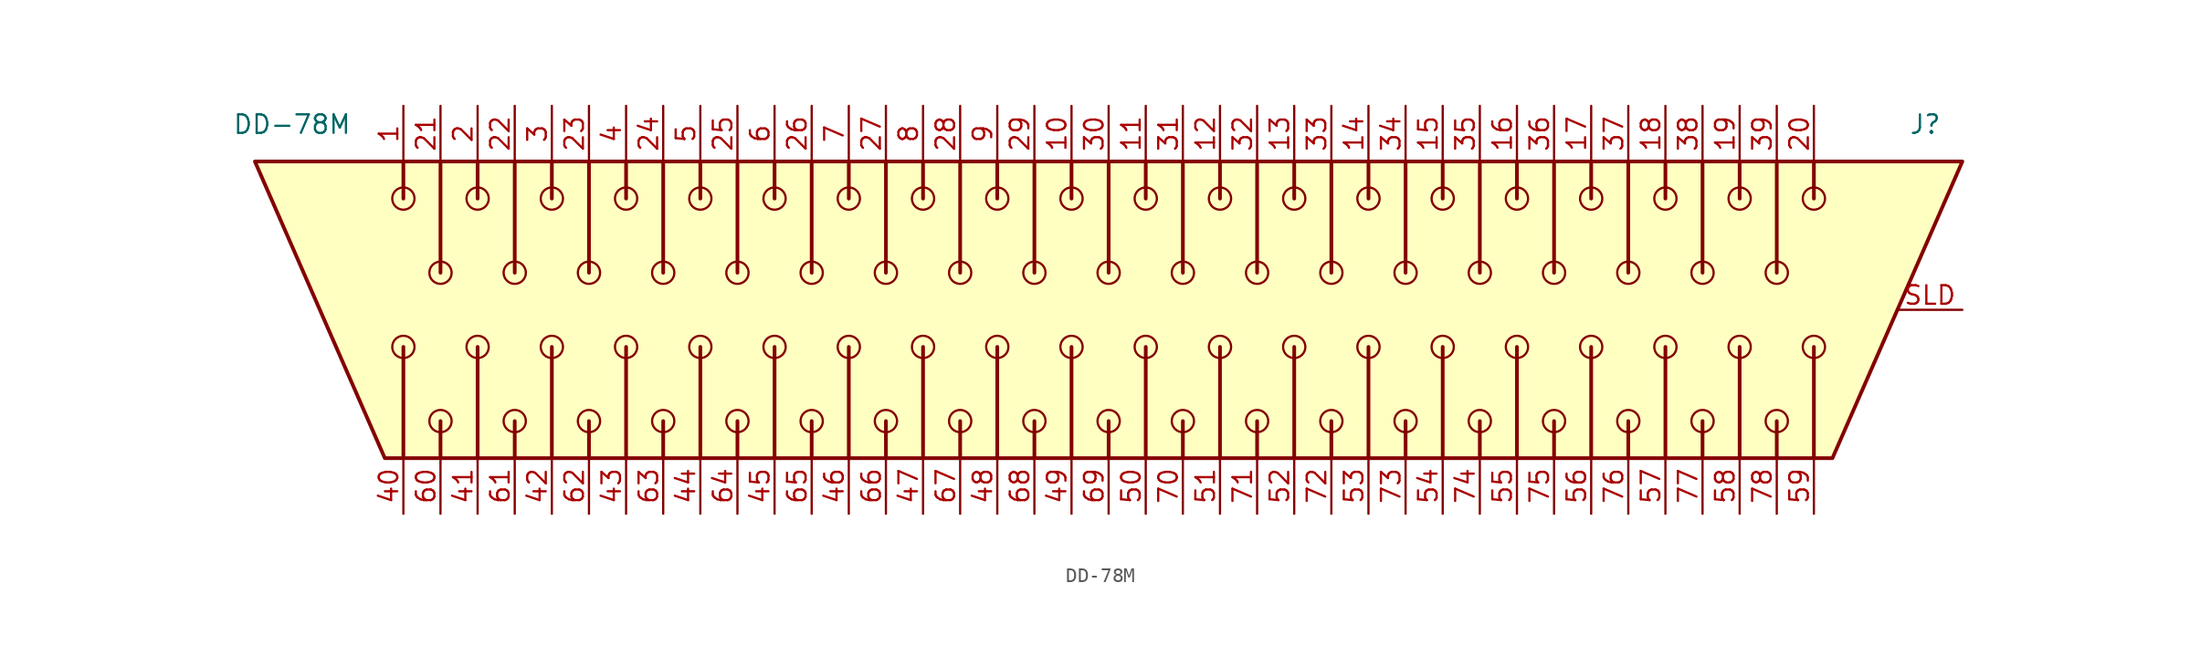
<source format=kicad_sym>
(kicad_symbol_lib
  (version 20241209)
  (generator "kicad_symbol_editor")
  (generator_version "9.0")
  (symbol "DD-78M"
    (pin_names
      (hide yes))
    (property "Reference" "J"
      (at 58.42 12.7 0)
      (effects (font (size 1.27 1.27))))
    (property "Value" "DD-78M"
      (at -53.34 12.7 0)
      (effects (font (size 1.27 1.27))))
    (symbol "DD-78M_0_1"
      (polyline (pts (xy -55.88 10.16) (xy 60.96 10.16) (xy 52.07 -10.16) (xy -46.99 -10.16) (xy -55.88 10.16)) (stroke (width 0.254) (type solid)) (fill (type background)))
      (polyline (pts (xy -45.72 10.16) (xy -45.72 7.62)) (stroke (width 0.254) (type solid)) (fill (type none)))
      (polyline (pts (xy -45.72 -2.54) (xy -45.72 -10.16)) (stroke (width 0.254) (type solid)) (fill (type none)))
      (polyline (pts (xy -43.18 10.16) (xy -43.18 2.54)) (stroke (width 0.254) (type solid)) (fill (type none)))
      (polyline (pts (xy -43.18 -7.62) (xy -43.18 -10.16)) (stroke (width 0.254) (type solid)) (fill (type none)))
      (polyline (pts (xy -40.64 10.16) (xy -40.64 7.62)) (stroke (width 0.254) (type solid)) (fill (type none)))
      (polyline (pts (xy -40.64 -2.54) (xy -40.64 -10.16)) (stroke (width 0.254) (type solid)) (fill (type none)))
      (polyline (pts (xy -38.1 10.16) (xy -38.1 2.54)) (stroke (width 0.254) (type solid)) (fill (type none)))
      (polyline (pts (xy -38.1 -7.62) (xy -38.1 -10.16)) (stroke (width 0.254) (type solid)) (fill (type none)))
      (polyline (pts (xy -35.56 10.16) (xy -35.56 7.62)) (stroke (width 0.254) (type solid)) (fill (type none)))
      (polyline (pts (xy -35.56 -2.54) (xy -35.56 -10.16)) (stroke (width 0.254) (type solid)) (fill (type none)))
      (polyline (pts (xy -33.02 10.16) (xy -33.02 2.54)) (stroke (width 0.254) (type solid)) (fill (type none)))
      (polyline (pts (xy -33.02 -7.62) (xy -33.02 -10.16)) (stroke (width 0.254) (type solid)) (fill (type none)))
      (polyline (pts (xy -30.48 10.16) (xy -30.48 7.62)) (stroke (width 0.254) (type solid)) (fill (type none)))
      (polyline (pts (xy -30.48 -2.54) (xy -30.48 -10.16)) (stroke (width 0.254) (type solid)) (fill (type none)))
      (polyline (pts (xy -27.94 10.16) (xy -27.94 2.54)) (stroke (width 0.254) (type solid)) (fill (type none)))
      (polyline (pts (xy -27.94 -7.62) (xy -27.94 -10.16)) (stroke (width 0.254) (type solid)) (fill (type none)))
      (polyline (pts (xy -25.4 10.16) (xy -25.4 7.62)) (stroke (width 0.254) (type solid)) (fill (type none)))
      (polyline (pts (xy -25.4 -2.54) (xy -25.4 -10.16)) (stroke (width 0.254) (type solid)) (fill (type none)))
      (polyline (pts (xy -22.86 10.16) (xy -22.86 2.54)) (stroke (width 0.254) (type solid)) (fill (type none)))
      (polyline (pts (xy -22.86 -7.62) (xy -22.86 -10.16)) (stroke (width 0.254) (type solid)) (fill (type none)))
      (polyline (pts (xy -20.32 10.16) (xy -20.32 7.62)) (stroke (width 0.254) (type solid)) (fill (type none)))
      (polyline (pts (xy -20.32 -2.54) (xy -20.32 -10.16)) (stroke (width 0.254) (type solid)) (fill (type none)))
      (polyline (pts (xy -17.78 10.16) (xy -17.78 2.54)) (stroke (width 0.254) (type solid)) (fill (type none)))
      (polyline (pts (xy -17.78 -7.62) (xy -17.78 -10.16)) (stroke (width 0.254) (type solid)) (fill (type none)))
      (polyline (pts (xy -15.24 10.16) (xy -15.24 7.62)) (stroke (width 0.254) (type solid)) (fill (type none)))
      (polyline (pts (xy -15.24 -2.54) (xy -15.24 -10.16)) (stroke (width 0.254) (type solid)) (fill (type none)))
      (polyline (pts (xy -12.7 10.16) (xy -12.7 2.54)) (stroke (width 0.254) (type solid)) (fill (type none)))
      (polyline (pts (xy -12.7 -7.62) (xy -12.7 -10.16)) (stroke (width 0.254) (type solid)) (fill (type none)))
      (polyline (pts (xy -10.16 10.16) (xy -10.16 7.62)) (stroke (width 0.254) (type solid)) (fill (type none)))
      (polyline (pts (xy -10.16 -2.54) (xy -10.16 -10.16)) (stroke (width 0.254) (type solid)) (fill (type none)))
      (polyline (pts (xy -7.62 10.16) (xy -7.62 2.54)) (stroke (width 0.254) (type solid)) (fill (type none)))
      (polyline (pts (xy -7.62 -7.62) (xy -7.62 -10.16)) (stroke (width 0.254) (type solid)) (fill (type none)))
      (polyline (pts (xy -5.08 10.16) (xy -5.08 7.62)) (stroke (width 0.254) (type solid)) (fill (type none)))
      (polyline (pts (xy -5.08 -2.54) (xy -5.08 -10.16)) (stroke (width 0.254) (type solid)) (fill (type none)))
      (polyline (pts (xy -2.54 10.16) (xy -2.54 2.54)) (stroke (width 0.254) (type solid)) (fill (type none)))
      (polyline (pts (xy -2.54 -7.62) (xy -2.54 -8.89) (xy -2.54 -10.16)) (stroke (width 0.254) (type solid)) (fill (type none)))
      (polyline (pts (xy 0 10.16) (xy 0 7.62)) (stroke (width 0.254) (type solid)) (fill (type none)))
      (polyline (pts (xy 0 -2.54) (xy 0 -10.16)) (stroke (width 0.254) (type solid)) (fill (type none)))
      (polyline (pts (xy 2.54 10.16) (xy 2.54 2.54)) (stroke (width 0.254) (type solid)) (fill (type none)))
      (polyline (pts (xy 2.54 -7.62) (xy 2.54 -10.16)) (stroke (width 0.254) (type solid)) (fill (type none)))
      (polyline (pts (xy 5.08 10.16) (xy 5.08 7.62)) (stroke (width 0.254) (type solid)) (fill (type none)))
      (polyline (pts (xy 5.08 -2.54) (xy 5.08 -10.16)) (stroke (width 0.254) (type solid)) (fill (type none)))
      (polyline (pts (xy 7.62 10.16) (xy 7.62 2.54)) (stroke (width 0.254) (type solid)) (fill (type none)))
      (polyline (pts (xy 7.62 -7.62) (xy 7.62 -8.89) (xy 7.62 -10.16)) (stroke (width 0.254) (type solid)) (fill (type none)))
      (polyline (pts (xy 10.16 10.16) (xy 10.16 7.62)) (stroke (width 0.254) (type solid)) (fill (type none)))
      (polyline (pts (xy 10.16 -2.54) (xy 10.16 -10.16)) (stroke (width 0.254) (type solid)) (fill (type none)))
      (polyline (pts (xy 12.7 10.16) (xy 12.7 2.54)) (stroke (width 0.254) (type solid)) (fill (type none)))
      (polyline (pts (xy 12.7 -7.62) (xy 12.7 -10.16)) (stroke (width 0.254) (type solid)) (fill (type none)))
      (polyline (pts (xy 15.24 10.16) (xy 15.24 7.62)) (stroke (width 0.254) (type solid)) (fill (type none)))
      (polyline (pts (xy 15.24 -2.54) (xy 15.24 -10.16)) (stroke (width 0.254) (type solid)) (fill (type none)))
      (polyline (pts (xy 17.78 10.16) (xy 17.78 2.54)) (stroke (width 0.254) (type solid)) (fill (type none)))
      (polyline (pts (xy 17.78 -7.62) (xy 17.78 -10.16)) (stroke (width 0.254) (type solid)) (fill (type none)))
      (polyline (pts (xy 20.32 10.16) (xy 20.32 7.62)) (stroke (width 0.254) (type solid)) (fill (type none)))
      (polyline (pts (xy 20.32 -2.54) (xy 20.32 -10.16)) (stroke (width 0.254) (type solid)) (fill (type none)))
      (polyline (pts (xy 22.86 10.16) (xy 22.86 2.54)) (stroke (width 0.254) (type solid)) (fill (type none)))
      (polyline (pts (xy 22.86 -7.62) (xy 22.86 -10.16)) (stroke (width 0.254) (type solid)) (fill (type none)))
      (polyline (pts (xy 25.4 10.16) (xy 25.4 7.62)) (stroke (width 0.254) (type solid)) (fill (type none)))
      (polyline (pts (xy 25.4 -2.54) (xy 25.4 -10.16)) (stroke (width 0.254) (type solid)) (fill (type none)))
      (polyline (pts (xy 27.94 10.16) (xy 27.94 2.54)) (stroke (width 0.254) (type solid)) (fill (type none)))
      (polyline (pts (xy 27.94 -7.62) (xy 27.94 -10.16)) (stroke (width 0.254) (type solid)) (fill (type none)))
      (polyline (pts (xy 30.48 10.16) (xy 30.48 7.62)) (stroke (width 0.254) (type solid)) (fill (type none)))
      (polyline (pts (xy 30.48 -2.54) (xy 30.48 -10.16)) (stroke (width 0.254) (type solid)) (fill (type none)))
      (polyline (pts (xy 33.02 10.16) (xy 33.02 2.54)) (stroke (width 0.254) (type solid)) (fill (type none)))
      (polyline (pts (xy 33.02 -7.62) (xy 33.02 -10.16)) (stroke (width 0.254) (type solid)) (fill (type none)))
      (polyline (pts (xy 35.56 10.16) (xy 35.56 7.62)) (stroke (width 0.254) (type solid)) (fill (type none)))
      (polyline (pts (xy 35.56 -2.54) (xy 35.56 -10.16)) (stroke (width 0.254) (type solid)) (fill (type none)))
      (polyline (pts (xy 38.1 10.16) (xy 38.1 2.54)) (stroke (width 0.254) (type solid)) (fill (type none)))
      (polyline (pts (xy 38.1 -7.62) (xy 38.1 -10.16)) (stroke (width 0.254) (type solid)) (fill (type none)))
      (polyline (pts (xy 40.64 10.16) (xy 40.64 7.62)) (stroke (width 0.254) (type solid)) (fill (type none)))
      (polyline (pts (xy 40.64 -2.54) (xy 40.64 -10.16)) (stroke (width 0.254) (type solid)) (fill (type none)))
      (polyline (pts (xy 43.18 10.16) (xy 43.18 2.54)) (stroke (width 0.254) (type solid)) (fill (type none)))
      (polyline (pts (xy 43.18 -7.62) (xy 43.18 -10.16)) (stroke (width 0.254) (type solid)) (fill (type none)))
      (polyline (pts (xy 45.72 10.16) (xy 45.72 7.62)) (stroke (width 0.254) (type solid)) (fill (type none)))
      (polyline (pts (xy 45.72 -2.54) (xy 45.72 -10.16)) (stroke (width 0.254) (type solid)) (fill (type none)))
      (polyline (pts (xy 48.26 10.16) (xy 48.26 2.54)) (stroke (width 0.254) (type solid)) (fill (type none)))
      (polyline (pts (xy 48.26 -7.62) (xy 48.26 -10.16)) (stroke (width 0.254) (type solid)) (fill (type none)))
      (polyline (pts (xy 50.8 10.16) (xy 50.8 7.62)) (stroke (width 0.254) (type solid)) (fill (type none)))
      (polyline (pts (xy 50.8 -2.54) (xy 50.8 -10.16)) (stroke (width 0.254) (type solid)) (fill (type none))))
    (symbol "DD-78M_1_1"
      (circle (center -45.72 7.62) (radius 0.762) (stroke (width 0) (type solid)) (fill (type none)))
      (circle (center -45.72 -2.54) (radius 0.762) (stroke (width 0) (type solid)) (fill (type none)))
      (circle (center -43.18 2.54) (radius 0.762) (stroke (width 0) (type solid)) (fill (type none)))
      (circle (center -43.18 -7.62) (radius 0.762) (stroke (width 0) (type solid)) (fill (type none)))
      (circle (center -40.64 7.62) (radius 0.762) (stroke (width 0) (type solid)) (fill (type none)))
      (circle (center -40.64 -2.54) (radius 0.762) (stroke (width 0) (type solid)) (fill (type none)))
      (circle (center -38.1 2.54) (radius 0.762) (stroke (width 0) (type solid)) (fill (type none)))
      (circle (center -38.1 -7.62) (radius 0.762) (stroke (width 0) (type solid)) (fill (type none)))
      (circle (center -35.56 7.62) (radius 0.762) (stroke (width 0) (type solid)) (fill (type none)))
      (circle (center -35.56 -2.54) (radius 0.762) (stroke (width 0) (type solid)) (fill (type none)))
      (circle (center -33.02 2.54) (radius 0.762) (stroke (width 0) (type solid)) (fill (type none)))
      (circle (center -33.02 -7.62) (radius 0.762) (stroke (width 0) (type solid)) (fill (type none)))
      (circle (center -30.48 7.62) (radius 0.762) (stroke (width 0) (type solid)) (fill (type none)))
      (circle (center -30.48 -2.54) (radius 0.762) (stroke (width 0) (type solid)) (fill (type none)))
      (circle (center -27.94 2.54) (radius 0.762) (stroke (width 0) (type solid)) (fill (type none)))
      (circle (center -27.94 -7.62) (radius 0.762) (stroke (width 0) (type solid)) (fill (type none)))
      (circle (center -25.4 7.62) (radius 0.762) (stroke (width 0) (type solid)) (fill (type none)))
      (circle (center -25.4 -2.54) (radius 0.762) (stroke (width 0) (type solid)) (fill (type none)))
      (circle (center -22.86 2.54) (radius 0.762) (stroke (width 0) (type solid)) (fill (type none)))
      (circle (center -22.86 -7.62) (radius 0.762) (stroke (width 0) (type solid)) (fill (type none)))
      (circle (center -20.32 7.62) (radius 0.762) (stroke (width 0) (type solid)) (fill (type none)))
      (circle (center -20.32 -2.54) (radius 0.762) (stroke (width 0) (type solid)) (fill (type none)))
      (circle (center -17.78 2.54) (radius 0.762) (stroke (width 0) (type solid)) (fill (type none)))
      (circle (center -17.78 -7.62) (radius 0.762) (stroke (width 0) (type solid)) (fill (type none)))
      (circle (center -15.24 7.62) (radius 0.762) (stroke (width 0) (type solid)) (fill (type none)))
      (circle (center -15.24 -2.54) (radius 0.762) (stroke (width 0) (type solid)) (fill (type none)))
      (circle (center -12.7 2.54) (radius 0.762) (stroke (width 0) (type solid)) (fill (type none)))
      (circle (center -12.7 -7.62) (radius 0.762) (stroke (width 0) (type solid)) (fill (type none)))
      (circle (center -10.16 7.62) (radius 0.762) (stroke (width 0) (type solid)) (fill (type none)))
      (circle (center -10.16 -2.54) (radius 0.762) (stroke (width 0) (type solid)) (fill (type none)))
      (circle (center -7.62 2.54) (radius 0.762) (stroke (width 0) (type solid)) (fill (type none)))
      (circle (center -7.62 -7.62) (radius 0.762) (stroke (width 0) (type solid)) (fill (type none)))
      (circle (center -5.08 7.62) (radius 0.762) (stroke (width 0) (type solid)) (fill (type none)))
      (circle (center -5.08 -2.54) (radius 0.762) (stroke (width 0) (type solid)) (fill (type none)))
      (circle (center -2.54 2.54) (radius 0.762) (stroke (width 0) (type solid)) (fill (type none)))
      (circle (center -2.54 -7.62) (radius 0.762) (stroke (width 0) (type solid)) (fill (type none)))
      (circle (center 0 7.62) (radius 0.762) (stroke (width 0) (type solid)) (fill (type none)))
      (circle (center 0 -2.54) (radius 0.762) (stroke (width 0) (type solid)) (fill (type none)))
      (circle (center 2.54 2.54) (radius 0.762) (stroke (width 0) (type solid)) (fill (type none)))
      (circle (center 2.54 -7.62) (radius 0.762) (stroke (width 0) (type solid)) (fill (type none)))
      (circle (center 5.08 7.62) (radius 0.762) (stroke (width 0) (type solid)) (fill (type none)))
      (circle (center 5.08 -2.54) (radius 0.762) (stroke (width 0) (type solid)) (fill (type none)))
      (circle (center 7.62 2.54) (radius 0.762) (stroke (width 0) (type solid)) (fill (type none)))
      (circle (center 7.62 -7.62) (radius 0.762) (stroke (width 0) (type solid)) (fill (type none)))
      (circle (center 10.16 7.62) (radius 0.762) (stroke (width 0) (type solid)) (fill (type none)))
      (circle (center 10.16 -2.54) (radius 0.762) (stroke (width 0) (type solid)) (fill (type none)))
      (circle (center 12.7 2.54) (radius 0.762) (stroke (width 0) (type solid)) (fill (type none)))
      (circle (center 12.7 -7.62) (radius 0.762) (stroke (width 0) (type solid)) (fill (type none)))
      (circle (center 15.24 7.62) (radius 0.762) (stroke (width 0) (type solid)) (fill (type none)))
      (circle (center 15.24 -2.54) (radius 0.762) (stroke (width 0) (type solid)) (fill (type none)))
      (circle (center 17.78 2.54) (radius 0.762) (stroke (width 0) (type solid)) (fill (type none)))
      (circle (center 17.78 -7.62) (radius 0.762) (stroke (width 0) (type solid)) (fill (type none)))
      (circle (center 20.32 7.62) (radius 0.762) (stroke (width 0) (type solid)) (fill (type none)))
      (circle (center 20.32 -2.54) (radius 0.762) (stroke (width 0) (type solid)) (fill (type none)))
      (circle (center 22.86 2.54) (radius 0.762) (stroke (width 0) (type solid)) (fill (type none)))
      (circle (center 22.86 -7.62) (radius 0.762) (stroke (width 0) (type solid)) (fill (type none)))
      (circle (center 25.4 7.62) (radius 0.762) (stroke (width 0) (type solid)) (fill (type none)))
      (circle (center 25.4 -2.54) (radius 0.762) (stroke (width 0) (type solid)) (fill (type none)))
      (circle (center 27.94 2.54) (radius 0.762) (stroke (width 0) (type solid)) (fill (type none)))
      (circle (center 27.94 -7.62) (radius 0.762) (stroke (width 0) (type solid)) (fill (type none)))
      (circle (center 30.48 7.62) (radius 0.762) (stroke (width 0) (type solid)) (fill (type none)))
      (circle (center 30.48 -2.54) (radius 0.762) (stroke (width 0) (type solid)) (fill (type none)))
      (circle (center 33.02 2.54) (radius 0.762) (stroke (width 0) (type solid)) (fill (type none)))
      (circle (center 33.02 -7.62) (radius 0.762) (stroke (width 0) (type solid)) (fill (type none)))
      (circle (center 35.56 7.62) (radius 0.762) (stroke (width 0) (type solid)) (fill (type none)))
      (circle (center 35.56 -2.54) (radius 0.762) (stroke (width 0) (type solid)) (fill (type none)))
      (circle (center 38.1 2.54) (radius 0.762) (stroke (width 0) (type solid)) (fill (type none)))
      (circle (center 38.1 -7.62) (radius 0.762) (stroke (width 0) (type solid)) (fill (type none)))
      (circle (center 40.64 7.62) (radius 0.762) (stroke (width 0) (type solid)) (fill (type none)))
      (circle (center 40.64 -2.54) (radius 0.762) (stroke (width 0) (type solid)) (fill (type none)))
      (circle (center 43.18 2.54) (radius 0.762) (stroke (width 0) (type solid)) (fill (type none)))
      (circle (center 43.18 -7.62) (radius 0.762) (stroke (width 0) (type solid)) (fill (type none)))
      (circle (center 45.72 7.62) (radius 0.762) (stroke (width 0) (type solid)) (fill (type none)))
      (circle (center 45.72 -2.54) (radius 0.762) (stroke (width 0) (type solid)) (fill (type none)))
      (circle (center 48.26 2.54) (radius 0.762) (stroke (width 0) (type solid)) (fill (type none)))
      (circle (center 48.26 -7.62) (radius 0.762) (stroke (width 0) (type solid)) (fill (type none)))
      (circle (center 50.8 7.62) (radius 0.762) (stroke (width 0) (type solid)) (fill (type none)))
      (circle (center 50.8 -2.54) (radius 0.762) (stroke (width 0) (type solid)) (fill (type none)))
      (pin passive line (at -45.72 13.97 270) (length 3.81) (name "~" (effects (font (size 1.27 1.27)))) (number "1" (effects (font (size 1.27 1.27)))))
      (pin passive line (at -45.72 -13.97 90) (length 3.81) (name "~" (effects (font (size 1.27 1.27)))) (number "40" (effects (font (size 1.27 1.27)))))
      (pin passive line (at -43.18 13.97 270) (length 3.81) (name "~" (effects (font (size 1.27 1.27)))) (number "21" (effects (font (size 1.27 1.27)))))
      (pin passive line (at -43.18 -13.97 90) (length 3.81) (name "~" (effects (font (size 1.27 1.27)))) (number "60" (effects (font (size 1.27 1.27)))))
      (pin passive line (at -40.64 13.97 270) (length 3.81) (name "~" (effects (font (size 1.27 1.27)))) (number "2" (effects (font (size 1.27 1.27)))))
      (pin passive line (at -40.64 -13.97 90) (length 3.81) (name "~" (effects (font (size 1.27 1.27)))) (number "41" (effects (font (size 1.27 1.27)))))
      (pin passive line (at -38.1 13.97 270) (length 3.81) (name "~" (effects (font (size 1.27 1.27)))) (number "22" (effects (font (size 1.27 1.27)))))
      (pin passive line (at -38.1 -13.97 90) (length 3.81) (name "~" (effects (font (size 1.27 1.27)))) (number "61" (effects (font (size 1.27 1.27)))))
      (pin passive line (at -35.56 13.97 270) (length 3.81) (name "~" (effects (font (size 1.27 1.27)))) (number "3" (effects (font (size 1.27 1.27)))))
      (pin passive line (at -35.56 -13.97 90) (length 3.81) (name "~" (effects (font (size 1.27 1.27)))) (number "42" (effects (font (size 1.27 1.27)))))
      (pin passive line (at -33.02 13.97 270) (length 3.81) (name "~" (effects (font (size 1.27 1.27)))) (number "23" (effects (font (size 1.27 1.27)))))
      (pin passive line (at -33.02 -13.97 90) (length 3.81) (name "~" (effects (font (size 1.27 1.27)))) (number "62" (effects (font (size 1.27 1.27)))))
      (pin passive line (at -30.48 13.97 270) (length 3.81) (name "~" (effects (font (size 1.27 1.27)))) (number "4" (effects (font (size 1.27 1.27)))))
      (pin passive line (at -30.48 -13.97 90) (length 3.81) (name "~" (effects (font (size 1.27 1.27)))) (number "43" (effects (font (size 1.27 1.27)))))
      (pin passive line (at -27.94 13.97 270) (length 3.81) (name "~" (effects (font (size 1.27 1.27)))) (number "24" (effects (font (size 1.27 1.27)))))
      (pin passive line (at -27.94 -13.97 90) (length 3.81) (name "~" (effects (font (size 1.27 1.27)))) (number "63" (effects (font (size 1.27 1.27)))))
      (pin passive line (at -25.4 13.97 270) (length 3.81) (name "~" (effects (font (size 1.27 1.27)))) (number "5" (effects (font (size 1.27 1.27)))))
      (pin passive line (at -25.4 -13.97 90) (length 3.81) (name "~" (effects (font (size 1.27 1.27)))) (number "44" (effects (font (size 1.27 1.27)))))
      (pin passive line (at -22.86 13.97 270) (length 3.81) (name "~" (effects (font (size 1.27 1.27)))) (number "25" (effects (font (size 1.27 1.27)))))
      (pin passive line (at -22.86 -13.97 90) (length 3.81) (name "~" (effects (font (size 1.27 1.27)))) (number "64" (effects (font (size 1.27 1.27)))))
      (pin passive line (at -20.32 13.97 270) (length 3.81) (name "~" (effects (font (size 1.27 1.27)))) (number "6" (effects (font (size 1.27 1.27)))))
      (pin passive line (at -20.32 -13.97 90) (length 3.81) (name "~" (effects (font (size 1.27 1.27)))) (number "45" (effects (font (size 1.27 1.27)))))
      (pin passive line (at -17.78 13.97 270) (length 3.81) (name "~" (effects (font (size 1.27 1.27)))) (number "26" (effects (font (size 1.27 1.27)))))
      (pin passive line (at -17.78 -13.97 90) (length 3.81) (name "~" (effects (font (size 1.27 1.27)))) (number "65" (effects (font (size 1.27 1.27)))))
      (pin passive line (at -15.24 13.97 270) (length 3.81) (name "~" (effects (font (size 1.27 1.27)))) (number "7" (effects (font (size 1.27 1.27)))))
      (pin passive line (at -15.24 -13.97 90) (length 3.81) (name "~" (effects (font (size 1.27 1.27)))) (number "46" (effects (font (size 1.27 1.27)))))
      (pin passive line (at -12.7 13.97 270) (length 3.81) (name "~" (effects (font (size 1.27 1.27)))) (number "27" (effects (font (size 1.27 1.27)))))
      (pin passive line (at -12.7 -13.97 90) (length 3.81) (name "~" (effects (font (size 1.27 1.27)))) (number "66" (effects (font (size 1.27 1.27)))))
      (pin passive line (at -10.16 13.97 270) (length 3.81) (name "~" (effects (font (size 1.27 1.27)))) (number "8" (effects (font (size 1.27 1.27)))))
      (pin passive line (at -10.16 -13.97 90) (length 3.81) (name "~" (effects (font (size 1.27 1.27)))) (number "47" (effects (font (size 1.27 1.27)))))
      (pin passive line (at -7.62 13.97 270) (length 3.81) (name "~" (effects (font (size 1.27 1.27)))) (number "28" (effects (font (size 1.27 1.27)))))
      (pin passive line (at -7.62 -13.97 90) (length 3.81) (name "~" (effects (font (size 1.27 1.27)))) (number "67" (effects (font (size 1.27 1.27)))))
      (pin passive line (at -5.08 13.97 270) (length 3.81) (name "~" (effects (font (size 1.27 1.27)))) (number "9" (effects (font (size 1.27 1.27)))))
      (pin passive line (at -5.08 -13.97 90) (length 3.81) (name "~" (effects (font (size 1.27 1.27)))) (number "48" (effects (font (size 1.27 1.27)))))
      (pin passive line (at -2.54 13.97 270) (length 3.81) (name "~" (effects (font (size 1.27 1.27)))) (number "29" (effects (font (size 1.27 1.27)))))
      (pin passive line (at -2.54 -13.97 90) (length 3.81) (name "~" (effects (font (size 1.27 1.27)))) (number "68" (effects (font (size 1.27 1.27)))))
      (pin passive line (at 0 13.97 270) (length 3.81) (name "~" (effects (font (size 1.27 1.27)))) (number "10" (effects (font (size 1.27 1.27)))))
      (pin passive line (at 0 -13.97 90) (length 3.81) (name "~" (effects (font (size 1.27 1.27)))) (number "49" (effects (font (size 1.27 1.27)))))
      (pin passive line (at 2.54 13.97 270) (length 3.81) (name "~" (effects (font (size 1.27 1.27)))) (number "30" (effects (font (size 1.27 1.27)))))
      (pin passive line (at 2.54 -13.97 90) (length 3.81) (name "~" (effects (font (size 1.27 1.27)))) (number "69" (effects (font (size 1.27 1.27)))))
      (pin passive line (at 5.08 13.97 270) (length 3.81) (name "~" (effects (font (size 1.27 1.27)))) (number "11" (effects (font (size 1.27 1.27)))))
      (pin passive line (at 5.08 -13.97 90) (length 3.81) (name "~" (effects (font (size 1.27 1.27)))) (number "50" (effects (font (size 1.27 1.27)))))
      (pin passive line (at 7.62 13.97 270) (length 3.81) (name "~" (effects (font (size 1.27 1.27)))) (number "31" (effects (font (size 1.27 1.27)))))
      (pin passive line (at 7.62 -13.97 90) (length 3.81) (name "~" (effects (font (size 1.27 1.27)))) (number "70" (effects (font (size 1.27 1.27)))))
      (pin passive line (at 10.16 13.97 270) (length 3.81) (name "~" (effects (font (size 1.27 1.27)))) (number "12" (effects (font (size 1.27 1.27)))))
      (pin passive line (at 10.16 -13.97 90) (length 3.81) (name "~" (effects (font (size 1.27 1.27)))) (number "51" (effects (font (size 1.27 1.27)))))
      (pin passive line (at 12.7 13.97 270) (length 3.81) (name "~" (effects (font (size 1.27 1.27)))) (number "32" (effects (font (size 1.27 1.27)))))
      (pin passive line (at 12.7 -13.97 90) (length 3.81) (name "~" (effects (font (size 1.27 1.27)))) (number "71" (effects (font (size 1.27 1.27)))))
      (pin passive line (at 15.24 13.97 270) (length 3.81) (name "~" (effects (font (size 1.27 1.27)))) (number "13" (effects (font (size 1.27 1.27)))))
      (pin passive line (at 15.24 -13.97 90) (length 3.81) (name "~" (effects (font (size 1.27 1.27)))) (number "52" (effects (font (size 1.27 1.27)))))
      (pin passive line (at 17.78 13.97 270) (length 3.81) (name "~" (effects (font (size 1.27 1.27)))) (number "33" (effects (font (size 1.27 1.27)))))
      (pin passive line (at 17.78 -13.97 90) (length 3.81) (name "~" (effects (font (size 1.27 1.27)))) (number "72" (effects (font (size 1.27 1.27)))))
      (pin passive line (at 20.32 13.97 270) (length 3.81) (name "~" (effects (font (size 1.27 1.27)))) (number "14" (effects (font (size 1.27 1.27)))))
      (pin passive line (at 20.32 -13.97 90) (length 3.81) (name "~" (effects (font (size 1.27 1.27)))) (number "53" (effects (font (size 1.27 1.27)))))
      (pin passive line (at 22.86 13.97 270) (length 3.81) (name "~" (effects (font (size 1.27 1.27)))) (number "34" (effects (font (size 1.27 1.27)))))
      (pin passive line (at 22.86 -13.97 90) (length 3.81) (name "~" (effects (font (size 1.27 1.27)))) (number "73" (effects (font (size 1.27 1.27)))))
      (pin passive line (at 25.4 13.97 270) (length 3.81) (name "~" (effects (font (size 1.27 1.27)))) (number "15" (effects (font (size 1.27 1.27)))))
      (pin passive line (at 25.4 -13.97 90) (length 3.81) (name "~" (effects (font (size 1.27 1.27)))) (number "54" (effects (font (size 1.27 1.27)))))
      (pin passive line (at 27.94 13.97 270) (length 3.81) (name "~" (effects (font (size 1.27 1.27)))) (number "35" (effects (font (size 1.27 1.27)))))
      (pin passive line (at 27.94 -13.97 90) (length 3.81) (name "~" (effects (font (size 1.27 1.27)))) (number "74" (effects (font (size 1.27 1.27)))))
      (pin passive line (at 30.48 13.97 270) (length 3.81) (name "~" (effects (font (size 1.27 1.27)))) (number "16" (effects (font (size 1.27 1.27)))))
      (pin passive line (at 30.48 -13.97 90) (length 3.81) (name "~" (effects (font (size 1.27 1.27)))) (number "55" (effects (font (size 1.27 1.27)))))
      (pin passive line (at 33.02 13.97 270) (length 3.81) (name "~" (effects (font (size 1.27 1.27)))) (number "36" (effects (font (size 1.27 1.27)))))
      (pin passive line (at 33.02 -13.97 90) (length 3.81) (name "~" (effects (font (size 1.27 1.27)))) (number "75" (effects (font (size 1.27 1.27)))))
      (pin passive line (at 35.56 13.97 270) (length 3.81) (name "~" (effects (font (size 1.27 1.27)))) (number "17" (effects (font (size 1.27 1.27)))))
      (pin passive line (at 35.56 -13.97 90) (length 3.81) (name "~" (effects (font (size 1.27 1.27)))) (number "56" (effects (font (size 1.27 1.27)))))
      (pin passive line (at 38.1 13.97 270) (length 3.81) (name "~" (effects (font (size 1.27 1.27)))) (number "37" (effects (font (size 1.27 1.27)))))
      (pin passive line (at 38.1 -13.97 90) (length 3.81) (name "~" (effects (font (size 1.27 1.27)))) (number "76" (effects (font (size 1.27 1.27)))))
      (pin passive line (at 40.64 13.97 270) (length 3.81) (name "~" (effects (font (size 1.27 1.27)))) (number "18" (effects (font (size 1.27 1.27)))))
      (pin passive line (at 40.64 -13.97 90) (length 3.81) (name "~" (effects (font (size 1.27 1.27)))) (number "57" (effects (font (size 1.27 1.27)))))
      (pin passive line (at 43.18 13.97 270) (length 3.81) (name "~" (effects (font (size 1.27 1.27)))) (number "38" (effects (font (size 1.27 1.27)))))
      (pin passive line (at 43.18 -13.97 90) (length 3.81) (name "~" (effects (font (size 1.27 1.27)))) (number "77" (effects (font (size 1.27 1.27)))))
      (pin passive line (at 45.72 13.97 270) (length 3.81) (name "~" (effects (font (size 1.27 1.27)))) (number "19" (effects (font (size 1.27 1.27)))))
      (pin passive line (at 45.72 -13.97 90) (length 3.81) (name "~" (effects (font (size 1.27 1.27)))) (number "58" (effects (font (size 1.27 1.27)))))
      (pin passive line (at 48.26 13.97 270) (length 3.81) (name "~" (effects (font (size 1.27 1.27)))) (number "39" (effects (font (size 1.27 1.27)))))
      (pin passive line (at 48.26 -13.97 90) (length 3.81) (name "~" (effects (font (size 1.27 1.27)))) (number "78" (effects (font (size 1.27 1.27)))))
      (pin passive line (at 50.8 13.97 270) (length 3.81) (name "~" (effects (font (size 1.27 1.27)))) (number "20" (effects (font (size 1.27 1.27)))))
      (pin passive line (at 50.8 -13.97 90) (length 3.81) (name "~" (effects (font (size 1.27 1.27)))) (number "59" (effects (font (size 1.27 1.27)))))
      (pin passive line (at 60.96 0 180) (length 4.445) (name "SHIELD" (effects (font (size 1.27 1.27)))) (number "SLD" (effects (font (size 1.27 1.27))))))))
</source>
